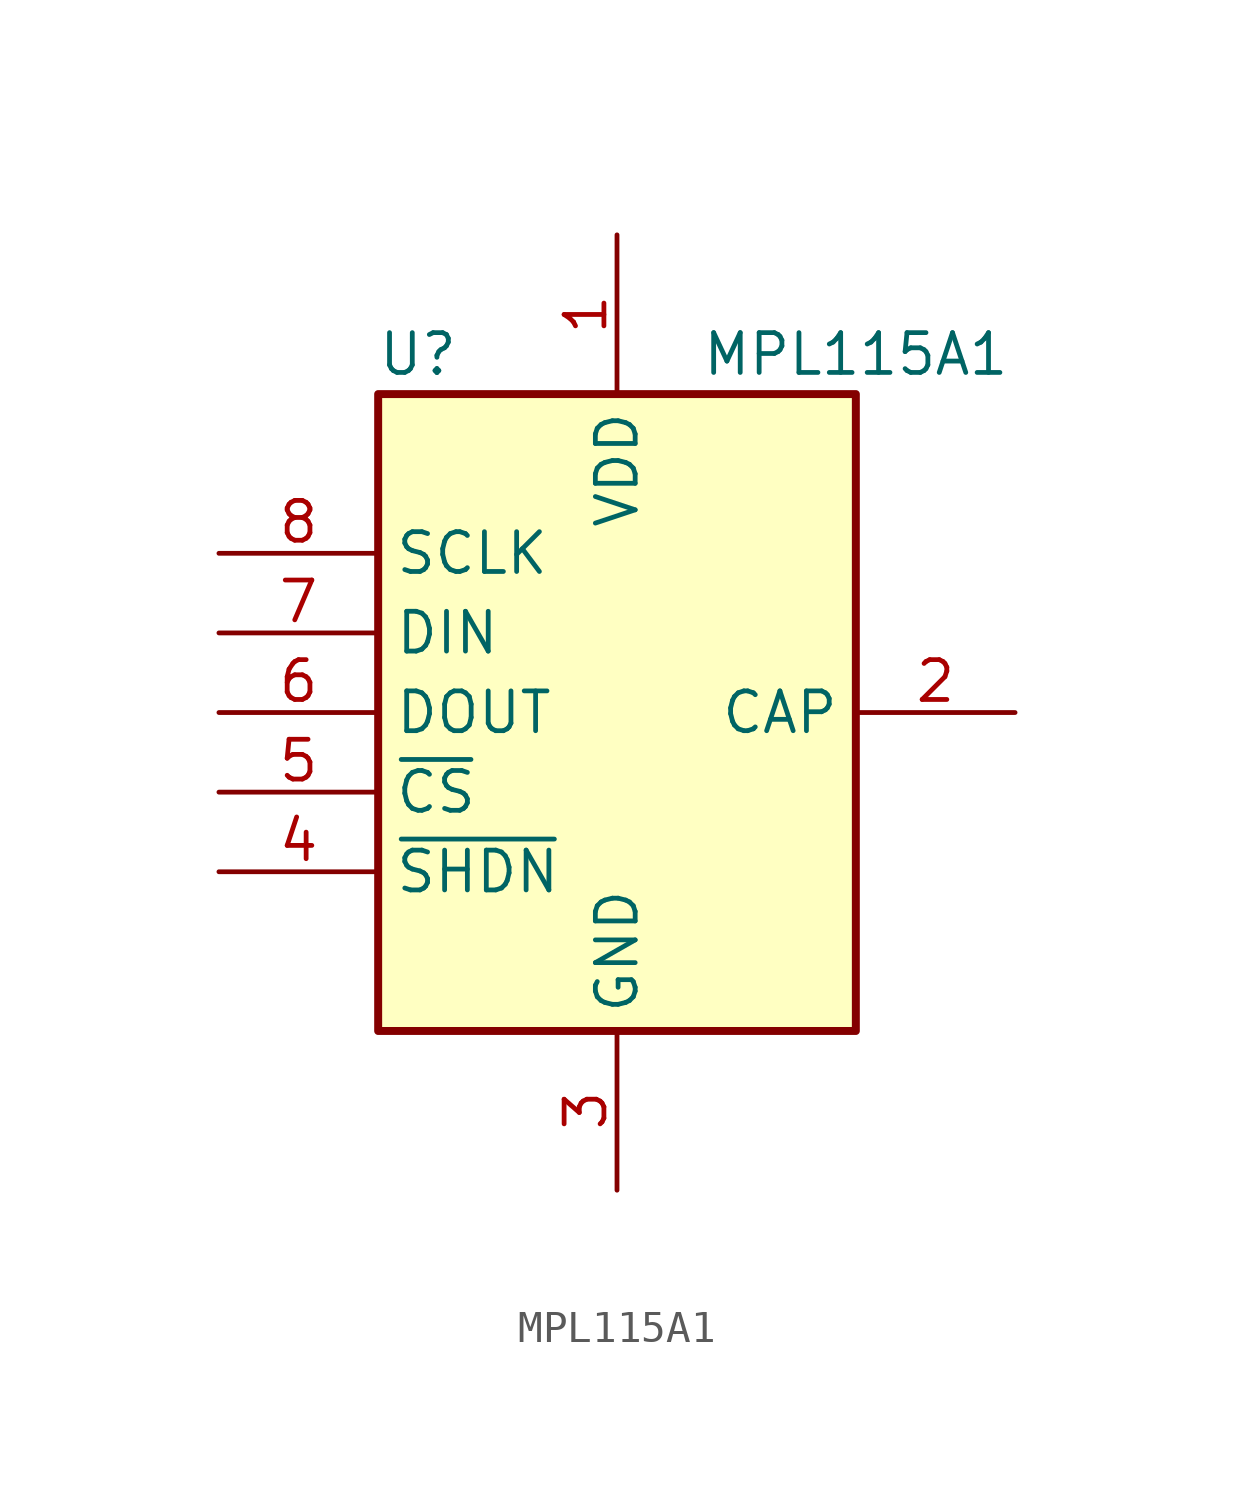
<source format=kicad_sym>
(kicad_symbol_lib
  (version 20220914)
  (generator kicad_symbol_editor)
  (symbol "MPL115A1"
    (property "Reference" "U"
      (at -6.35 11.43 0)
      (effects (font (size 1.27 1.27))))
    (property "Value" "MPL115A1"
      (at 7.62 11.43 0)
      (effects (font (size 1.27 1.27))))
    (symbol "MPL115A1_0_1"
      (rectangle (start 7.62 10.16) (end -7.62 -10.16) (stroke (width 0.254) (type default)) (fill (type background))))
    (symbol "MPL115A1_1_1"
      (pin power_in line (at 0 15.24 270) (length 5.08) (name "VDD" (effects (font (size 1.27 1.27)))) (number "1" (effects (font (size 1.27 1.27)))))
      (pin passive line (at 12.7 0 180) (length 5.08) (name "CAP" (effects (font (size 1.27 1.27)))) (number "2" (effects (font (size 1.27 1.27)))))
      (pin power_in line (at 0 -15.24 90) (length 5.08) (name "GND" (effects (font (size 1.27 1.27)))) (number "3" (effects (font (size 1.27 1.27)))))
      (pin input line (at -12.7 -5.08 0) (length 5.08) (name "~{SHDN}" (effects (font (size 1.27 1.27)))) (number "4" (effects (font (size 1.27 1.27)))))
      (pin input line (at -12.7 -2.54 0) (length 5.08) (name "~{CS}" (effects (font (size 1.27 1.27)))) (number "5" (effects (font (size 1.27 1.27)))))
      (pin output line (at -12.7 0 0) (length 5.08) (name "DOUT" (effects (font (size 1.27 1.27)))) (number "6" (effects (font (size 1.27 1.27)))))
      (pin input line (at -12.7 2.54 0) (length 5.08) (name "DIN" (effects (font (size 1.27 1.27)))) (number "7" (effects (font (size 1.27 1.27)))))
      (pin input line (at -12.7 5.08 0) (length 5.08) (name "SCLK" (effects (font (size 1.27 1.27)))) (number "8" (effects (font (size 1.27 1.27))))))))
</source>
